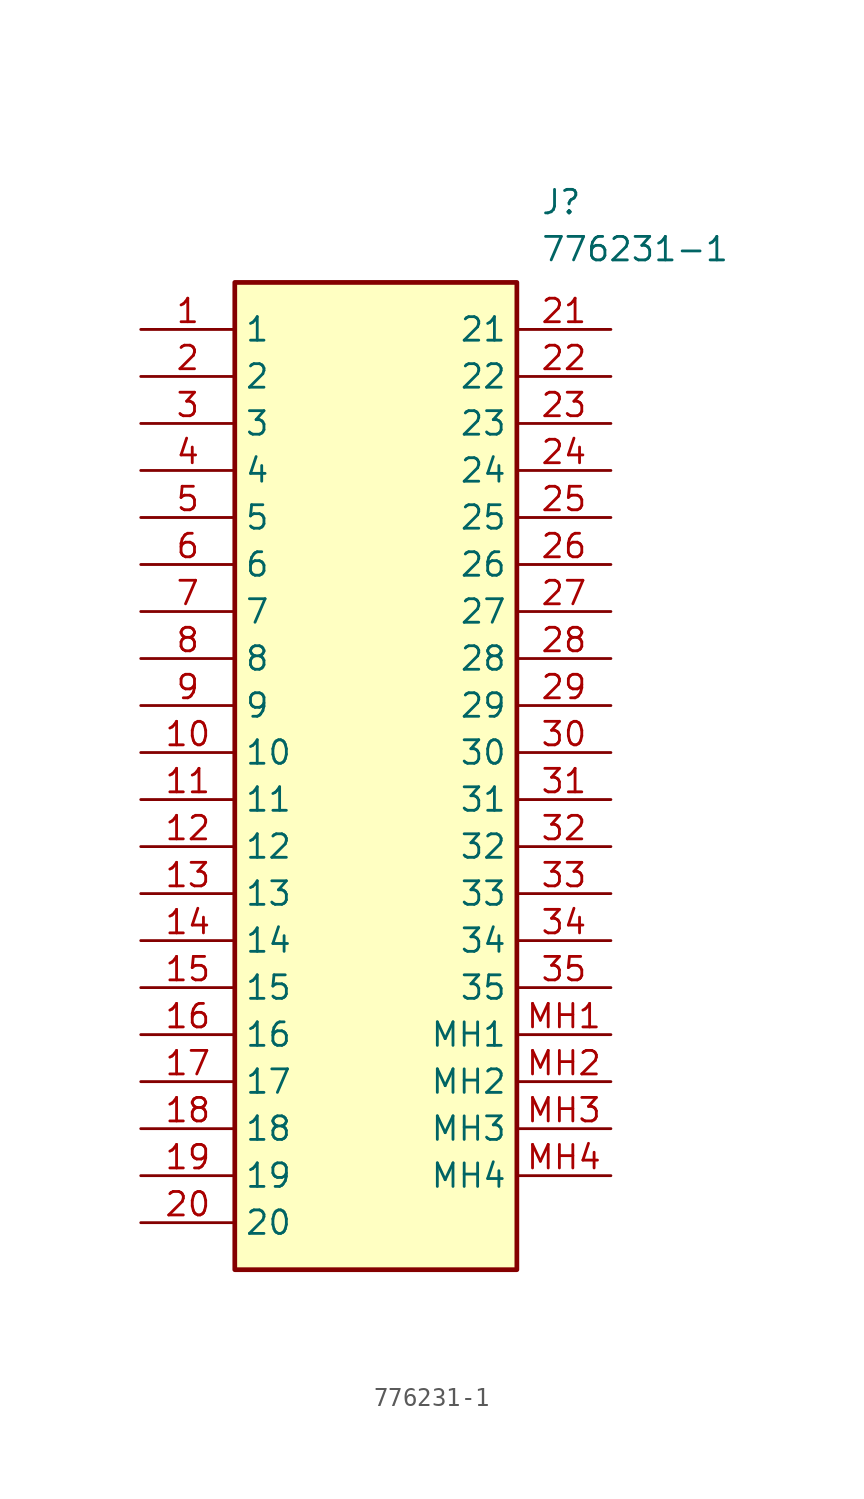
<source format=kicad_sym>
(kicad_symbol_lib
  (version 20211014)
  (generator SamacSys_ECAD_Model)
  (symbol "776231-1"
    (property "Reference" "J"
      (at 21.59 7.62 0)
      (effects (font (size 1.27 1.27)) (justify left top)))
    (property "Value" "776231-1"
      (at 21.59 5.08 0)
      (effects (font (size 1.27 1.27)) (justify left top)))
    (rectangle
      (start 5.08 2.54)
      (end 20.32 -50.8)
      (stroke (width 0.254) (type default))
      (fill (type background)))
    (pin passive line
      (at 0 0 0)
      (length 5.08)
      (name "1" (effects (font (size 1.27 1.27))))
      (number "1" (effects (font (size 1.27 1.27)))))
    (pin passive line
      (at 0 -2.54 0)
      (length 5.08)
      (name "2" (effects (font (size 1.27 1.27))))
      (number "2" (effects (font (size 1.27 1.27)))))
    (pin passive line
      (at 0 -5.08 0)
      (length 5.08)
      (name "3" (effects (font (size 1.27 1.27))))
      (number "3" (effects (font (size 1.27 1.27)))))
    (pin passive line
      (at 0 -7.62 0)
      (length 5.08)
      (name "4" (effects (font (size 1.27 1.27))))
      (number "4" (effects (font (size 1.27 1.27)))))
    (pin passive line
      (at 0 -10.16 0)
      (length 5.08)
      (name "5" (effects (font (size 1.27 1.27))))
      (number "5" (effects (font (size 1.27 1.27)))))
    (pin passive line
      (at 0 -12.7 0)
      (length 5.08)
      (name "6" (effects (font (size 1.27 1.27))))
      (number "6" (effects (font (size 1.27 1.27)))))
    (pin passive line
      (at 0 -15.24 0)
      (length 5.08)
      (name "7" (effects (font (size 1.27 1.27))))
      (number "7" (effects (font (size 1.27 1.27)))))
    (pin passive line
      (at 0 -17.78 0)
      (length 5.08)
      (name "8" (effects (font (size 1.27 1.27))))
      (number "8" (effects (font (size 1.27 1.27)))))
    (pin passive line
      (at 0 -20.32 0)
      (length 5.08)
      (name "9" (effects (font (size 1.27 1.27))))
      (number "9" (effects (font (size 1.27 1.27)))))
    (pin passive line
      (at 0 -22.86 0)
      (length 5.08)
      (name "10" (effects (font (size 1.27 1.27))))
      (number "10" (effects (font (size 1.27 1.27)))))
    (pin passive line
      (at 0 -25.4 0)
      (length 5.08)
      (name "11" (effects (font (size 1.27 1.27))))
      (number "11" (effects (font (size 1.27 1.27)))))
    (pin passive line
      (at 0 -27.94 0)
      (length 5.08)
      (name "12" (effects (font (size 1.27 1.27))))
      (number "12" (effects (font (size 1.27 1.27)))))
    (pin passive line
      (at 0 -30.48 0)
      (length 5.08)
      (name "13" (effects (font (size 1.27 1.27))))
      (number "13" (effects (font (size 1.27 1.27)))))
    (pin passive line
      (at 0 -33.02 0)
      (length 5.08)
      (name "14" (effects (font (size 1.27 1.27))))
      (number "14" (effects (font (size 1.27 1.27)))))
    (pin passive line
      (at 0 -35.56 0)
      (length 5.08)
      (name "15" (effects (font (size 1.27 1.27))))
      (number "15" (effects (font (size 1.27 1.27)))))
    (pin passive line
      (at 0 -38.1 0)
      (length 5.08)
      (name "16" (effects (font (size 1.27 1.27))))
      (number "16" (effects (font (size 1.27 1.27)))))
    (pin passive line
      (at 0 -40.64 0)
      (length 5.08)
      (name "17" (effects (font (size 1.27 1.27))))
      (number "17" (effects (font (size 1.27 1.27)))))
    (pin passive line
      (at 0 -43.18 0)
      (length 5.08)
      (name "18" (effects (font (size 1.27 1.27))))
      (number "18" (effects (font (size 1.27 1.27)))))
    (pin passive line
      (at 0 -45.72 0)
      (length 5.08)
      (name "19" (effects (font (size 1.27 1.27))))
      (number "19" (effects (font (size 1.27 1.27)))))
    (pin passive line
      (at 0 -48.26 0)
      (length 5.08)
      (name "20" (effects (font (size 1.27 1.27))))
      (number "20" (effects (font (size 1.27 1.27)))))
    (pin passive line
      (at 25.4 0 180)
      (length 5.08)
      (name "21" (effects (font (size 1.27 1.27))))
      (number "21" (effects (font (size 1.27 1.27)))))
    (pin passive line
      (at 25.4 -2.54 180)
      (length 5.08)
      (name "22" (effects (font (size 1.27 1.27))))
      (number "22" (effects (font (size 1.27 1.27)))))
    (pin passive line
      (at 25.4 -5.08 180)
      (length 5.08)
      (name "23" (effects (font (size 1.27 1.27))))
      (number "23" (effects (font (size 1.27 1.27)))))
    (pin passive line
      (at 25.4 -7.62 180)
      (length 5.08)
      (name "24" (effects (font (size 1.27 1.27))))
      (number "24" (effects (font (size 1.27 1.27)))))
    (pin passive line
      (at 25.4 -10.16 180)
      (length 5.08)
      (name "25" (effects (font (size 1.27 1.27))))
      (number "25" (effects (font (size 1.27 1.27)))))
    (pin passive line
      (at 25.4 -12.7 180)
      (length 5.08)
      (name "26" (effects (font (size 1.27 1.27))))
      (number "26" (effects (font (size 1.27 1.27)))))
    (pin passive line
      (at 25.4 -15.24 180)
      (length 5.08)
      (name "27" (effects (font (size 1.27 1.27))))
      (number "27" (effects (font (size 1.27 1.27)))))
    (pin passive line
      (at 25.4 -17.78 180)
      (length 5.08)
      (name "28" (effects (font (size 1.27 1.27))))
      (number "28" (effects (font (size 1.27 1.27)))))
    (pin passive line
      (at 25.4 -20.32 180)
      (length 5.08)
      (name "29" (effects (font (size 1.27 1.27))))
      (number "29" (effects (font (size 1.27 1.27)))))
    (pin passive line
      (at 25.4 -22.86 180)
      (length 5.08)
      (name "30" (effects (font (size 1.27 1.27))))
      (number "30" (effects (font (size 1.27 1.27)))))
    (pin passive line
      (at 25.4 -25.4 180)
      (length 5.08)
      (name "31" (effects (font (size 1.27 1.27))))
      (number "31" (effects (font (size 1.27 1.27)))))
    (pin passive line
      (at 25.4 -27.94 180)
      (length 5.08)
      (name "32" (effects (font (size 1.27 1.27))))
      (number "32" (effects (font (size 1.27 1.27)))))
    (pin passive line
      (at 25.4 -30.48 180)
      (length 5.08)
      (name "33" (effects (font (size 1.27 1.27))))
      (number "33" (effects (font (size 1.27 1.27)))))
    (pin passive line
      (at 25.4 -33.02 180)
      (length 5.08)
      (name "34" (effects (font (size 1.27 1.27))))
      (number "34" (effects (font (size 1.27 1.27)))))
    (pin passive line
      (at 25.4 -35.56 180)
      (length 5.08)
      (name "35" (effects (font (size 1.27 1.27))))
      (number "35" (effects (font (size 1.27 1.27)))))
    (pin passive line
      (at 25.4 -38.1 180)
      (length 5.08)
      (name "MH1" (effects (font (size 1.27 1.27))))
      (number "MH1" (effects (font (size 1.27 1.27)))))
    (pin passive line
      (at 25.4 -40.64 180)
      (length 5.08)
      (name "MH2" (effects (font (size 1.27 1.27))))
      (number "MH2" (effects (font (size 1.27 1.27)))))
    (pin passive line
      (at 25.4 -43.18 180)
      (length 5.08)
      (name "MH3" (effects (font (size 1.27 1.27))))
      (number "MH3" (effects (font (size 1.27 1.27)))))
    (pin passive line
      (at 25.4 -45.72 180)
      (length 5.08)
      (name "MH4" (effects (font (size 1.27 1.27))))
      (number "MH4" (effects (font (size 1.27 1.27)))))))
</source>
